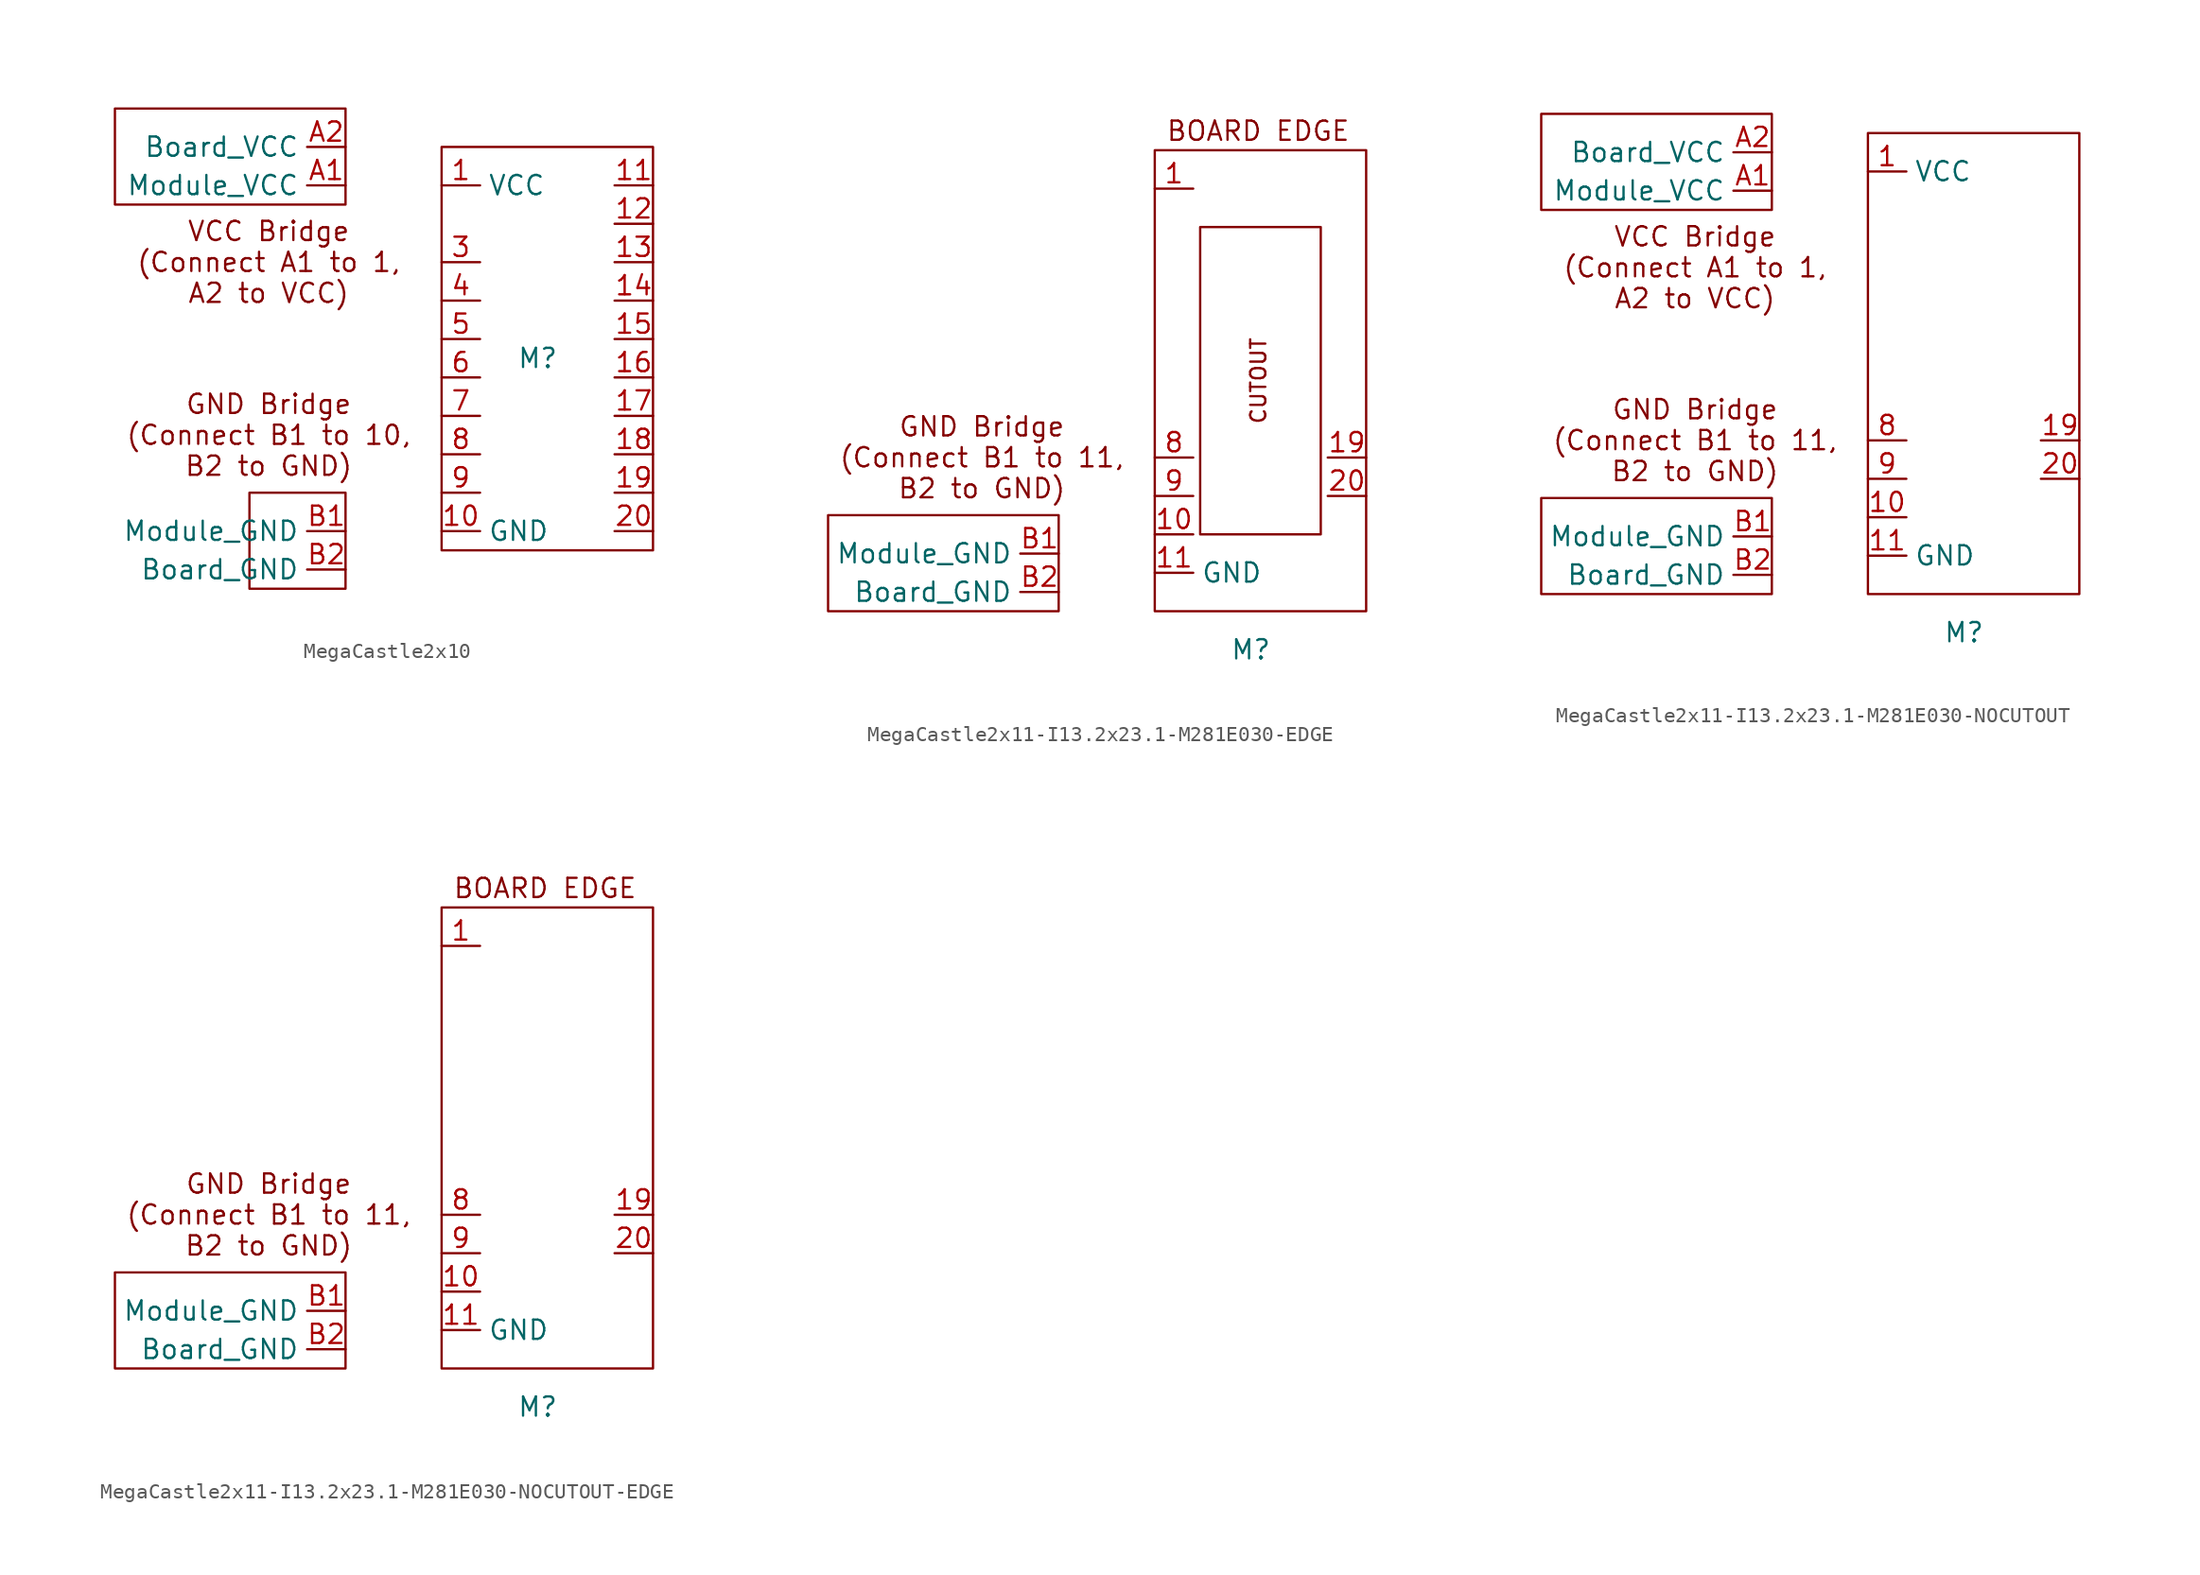
<source format=kicad_sym>
(kicad_symbol_lib
  (version 20231120)
  (generator "kicad_symbol_editor")
  (generator_version "8.0")
  (symbol "MegaCastle2x10"
    (property "Reference" "M"
      (at 0 0 0)
      (effects (font (size 1.27 1.27))))
    (property "Value" ""
      (at 0 5.08 0)
      (effects (font (size 1.27 1.27))))
    (symbol "MegaCastle2x10_0_1"
      (rectangle (start -27.94 16.51) (end -12.7 10.16) (stroke (width 0) (type default)) (fill (type none)))
      (rectangle (start -19.05 -8.89) (end -12.7 -15.24) (stroke (width 0) (type default)) (fill (type none)))
      (rectangle (start -6.35 13.97) (end 7.62 -12.7) (stroke (width 0) (type default)) (fill (type none))))
    (symbol "MegaCastle2x10_1_1"
      (text "GND Bridge\n(Connect B1 to 10,\nB2 to GND)" (at -17.78 -5.08 0) (effects (font (size 1.27 1.27))))
      (text "VCC Bridge\n(Connect A1 to 1,\nA2 to VCC)" (at -17.78 6.35 0) (effects (font (size 1.27 1.27))))
      (pin bidirectional line (at -6.35 11.43 0) (length 2.54) (name "VCC" (effects (font (size 1.27 1.27)))) (number "1" (effects (font (size 1.27 1.27)))))
      (pin bidirectional line (at -6.35 -11.43 0) (length 2.54) (name "GND" (effects (font (size 1.27 1.27)))) (number "10" (effects (font (size 1.27 1.27)))))
      (pin bidirectional line (at 7.62 11.43 180) (length 2.54) (name "" (effects (font (size 1.27 1.27)))) (number "11" (effects (font (size 1.27 1.27)))))
      (pin bidirectional line (at 7.62 8.89 180) (length 2.54) (name "" (effects (font (size 1.27 1.27)))) (number "12" (effects (font (size 1.27 1.27)))))
      (pin bidirectional line (at 7.62 6.35 180) (length 2.54) (name "" (effects (font (size 1.27 1.27)))) (number "13" (effects (font (size 1.27 1.27)))))
      (pin bidirectional line (at 7.62 3.81 180) (length 2.54) (name "" (effects (font (size 1.27 1.27)))) (number "14" (effects (font (size 1.27 1.27)))))
      (pin bidirectional line (at 7.62 1.27 180) (length 2.54) (name "" (effects (font (size 1.27 1.27)))) (number "15" (effects (font (size 1.27 1.27)))))
      (pin bidirectional line (at 7.62 -1.27 180) (length 2.54) (name "" (effects (font (size 1.27 1.27)))) (number "16" (effects (font (size 1.27 1.27)))))
      (pin bidirectional line (at 7.62 -3.81 180) (length 2.54) (name "" (effects (font (size 1.27 1.27)))) (number "17" (effects (font (size 1.27 1.27)))))
      (pin bidirectional line (at 7.62 -6.35 180) (length 2.54) (name "" (effects (font (size 1.27 1.27)))) (number "18" (effects (font (size 1.27 1.27)))))
      (pin bidirectional line (at 7.62 -8.89 180) (length 2.54) (name "" (effects (font (size 1.27 1.27)))) (number "19" (effects (font (size 1.27 1.27)))))
      (pin bidirectional line (at 7.62 -11.43 180) (length 2.54) (name "" (effects (font (size 1.27 1.27)))) (number "20" (effects (font (size 1.27 1.27)))))
      (pin bidirectional line (at -6.35 6.35 0) (length 2.54) (name "" (effects (font (size 1.27 1.27)))) (number "3" (effects (font (size 1.27 1.27)))))
      (pin bidirectional line (at -6.35 3.81 0) (length 2.54) (name "" (effects (font (size 1.27 1.27)))) (number "4" (effects (font (size 1.27 1.27)))))
      (pin bidirectional line (at -6.35 1.27 0) (length 2.54) (name "" (effects (font (size 1.27 1.27)))) (number "5" (effects (font (size 1.27 1.27)))))
      (pin bidirectional line (at -6.35 -1.27 0) (length 2.54) (name "" (effects (font (size 1.27 1.27)))) (number "6" (effects (font (size 1.27 1.27)))))
      (pin bidirectional line (at -6.35 -3.81 0) (length 2.54) (name "" (effects (font (size 1.27 1.27)))) (number "7" (effects (font (size 1.27 1.27)))))
      (pin bidirectional line (at -6.35 -6.35 0) (length 2.54) (name "" (effects (font (size 1.27 1.27)))) (number "8" (effects (font (size 1.27 1.27)))))
      (pin bidirectional line (at -6.35 -8.89 0) (length 2.54) (name "" (effects (font (size 1.27 1.27)))) (number "9" (effects (font (size 1.27 1.27)))))
      (pin bidirectional line (at -12.7 11.43 180) (length 2.54) (name "Module_VCC" (effects (font (size 1.27 1.27)))) (number "A1" (effects (font (size 1.27 1.27)))))
      (pin bidirectional line (at -12.7 13.97 180) (length 2.54) (name "Board_VCC" (effects (font (size 1.27 1.27)))) (number "A2" (effects (font (size 1.27 1.27)))))
      (pin bidirectional line (at -12.7 -11.43 180) (length 2.54) (name "Module_GND" (effects (font (size 1.27 1.27)))) (number "B1" (effects (font (size 1.27 1.27)))))
      (pin bidirectional line (at -12.7 -13.97 180) (length 2.54) (name "Board_GND" (effects (font (size 1.27 1.27)))) (number "B2" (effects (font (size 1.27 1.27)))))))
  (symbol "MegaCastle2x11-I13.2x23.1-M281E030-EDGE"
    (property "Reference" "M"
      (at 0 -17.78 0)
      (effects (font (size 1.27 1.27))))
    (property "Value" ""
      (at 0 5.08 0)
      (effects (font (size 1.27 1.27))))
    (symbol "MegaCastle2x11-I13.2x23.1-M281E030-EDGE_0_1"
      (rectangle (start -27.94 -8.89) (end -12.7 -15.24) (stroke (width 0) (type default)) (fill (type none)))
      (rectangle (start -6.35 15.24) (end 7.62 -15.24) (stroke (width 0) (type default)) (fill (type none)))
      (rectangle (start -3.35 10.16) (end 4.62 -10.16) (stroke (width 0) (type default)) (fill (type none))))
    (symbol "MegaCastle2x11-I13.2x23.1-M281E030-EDGE_1_1"
      (text " BOARD EDGE" (at 0 16.51 0) (effects (font (size 1.27 1.27))))
      (text "CUTOUT" (at 0.5 0 900) (effects (font (size 1 1))))
      (text "GND Bridge\n(Connect B1 to 11,\nB2 to GND)" (at -17.78 -5.08 0) (effects (font (size 1.27 1.27))))
      (pin bidirectional line (at -6.35 12.7 0) (length 2.54) (name "" (effects (font (size 1.27 1.27)))) (number "1" (effects (font (size 1.27 1.27)))))
      (pin bidirectional line (at -6.35 -10.16 0) (length 2.54) (name "" (effects (font (size 1.27 1.27)))) (number "10" (effects (font (size 1.27 1.27)))))
      (pin bidirectional line (at -6.35 -12.7 0) (length 2.54) (name "GND" (effects (font (size 1.27 1.27)))) (number "11" (effects (font (size 1.27 1.27)))))
      (pin bidirectional line (at 7.62 -5.08 180) (length 2.54) (name "" (effects (font (size 1.27 1.27)))) (number "19" (effects (font (size 1.27 1.27)))))
      (pin bidirectional line (at 7.62 -7.62 180) (length 2.54) (name "" (effects (font (size 1.27 1.27)))) (number "20" (effects (font (size 1.27 1.27)))))
      (pin bidirectional line (at -6.35 -5.08 0) (length 2.54) (name "" (effects (font (size 1.27 1.27)))) (number "8" (effects (font (size 1.27 1.27)))))
      (pin bidirectional line (at -6.35 -7.62 0) (length 2.54) (name "" (effects (font (size 1.27 1.27)))) (number "9" (effects (font (size 1.27 1.27)))))
      (pin bidirectional line (at -12.7 -11.43 180) (length 2.54) (name "Module_GND" (effects (font (size 1.27 1.27)))) (number "B1" (effects (font (size 1.27 1.27)))))
      (pin bidirectional line (at -12.7 -13.97 180) (length 2.54) (name "Board_GND" (effects (font (size 1.27 1.27)))) (number "B2" (effects (font (size 1.27 1.27)))))))
  (symbol "MegaCastle2x11-I13.2x23.1-M281E030-NOCUTOUT"
    (property "Reference" "M"
      (at 0 -17.78 0)
      (effects (font (size 1.27 1.27))))
    (property "Value" ""
      (at 0 5.08 0)
      (effects (font (size 1.27 1.27))))
    (symbol "MegaCastle2x11-I13.2x23.1-M281E030-NOCUTOUT_0_1"
      (rectangle (start -27.94 -8.89) (end -12.7 -15.24) (stroke (width 0) (type default)) (fill (type none)))
      (rectangle (start -27.94 16.51) (end -12.7 10.16) (stroke (width 0) (type default)) (fill (type none)))
      (rectangle (start -6.35 15.24) (end 7.62 -15.24) (stroke (width 0) (type default)) (fill (type none))))
    (symbol "MegaCastle2x11-I13.2x23.1-M281E030-NOCUTOUT_1_1"
      (text "GND Bridge\n(Connect B1 to 11,\nB2 to GND)" (at -17.78 -5.08 0) (effects (font (size 1.27 1.27))))
      (text "VCC Bridge\n(Connect A1 to 1,\nA2 to VCC)" (at -17.78 6.35 0) (effects (font (size 1.27 1.27))))
      (pin bidirectional line (at -6.35 12.7 0) (length 2.54) (name "VCC" (effects (font (size 1.27 1.27)))) (number "1" (effects (font (size 1.27 1.27)))))
      (pin bidirectional line (at -6.35 -10.16 0) (length 2.54) (name "" (effects (font (size 1.27 1.27)))) (number "10" (effects (font (size 1.27 1.27)))))
      (pin bidirectional line (at -6.35 -12.7 0) (length 2.54) (name "GND" (effects (font (size 1.27 1.27)))) (number "11" (effects (font (size 1.27 1.27)))))
      (pin bidirectional line (at 7.62 -5.08 180) (length 2.54) (name "" (effects (font (size 1.27 1.27)))) (number "19" (effects (font (size 1.27 1.27)))))
      (pin bidirectional line (at 7.62 -7.62 180) (length 2.54) (name "" (effects (font (size 1.27 1.27)))) (number "20" (effects (font (size 1.27 1.27)))))
      (pin bidirectional line (at -6.35 -5.08 0) (length 2.54) (name "" (effects (font (size 1.27 1.27)))) (number "8" (effects (font (size 1.27 1.27)))))
      (pin bidirectional line (at -6.35 -7.62 0) (length 2.54) (name "" (effects (font (size 1.27 1.27)))) (number "9" (effects (font (size 1.27 1.27)))))
      (pin bidirectional line (at -12.7 11.43 180) (length 2.54) (name "Module_VCC" (effects (font (size 1.27 1.27)))) (number "A1" (effects (font (size 1.27 1.27)))))
      (pin bidirectional line (at -12.7 13.97 180) (length 2.54) (name "Board_VCC" (effects (font (size 1.27 1.27)))) (number "A2" (effects (font (size 1.27 1.27)))))
      (pin bidirectional line (at -12.7 -11.43 180) (length 2.54) (name "Module_GND" (effects (font (size 1.27 1.27)))) (number "B1" (effects (font (size 1.27 1.27)))))
      (pin bidirectional line (at -12.7 -13.97 180) (length 2.54) (name "Board_GND" (effects (font (size 1.27 1.27)))) (number "B2" (effects (font (size 1.27 1.27)))))))
  (symbol "MegaCastle2x11-I13.2x23.1-M281E030-NOCUTOUT-EDGE"
    (property "Reference" "M"
      (at 0 -17.78 0)
      (effects (font (size 1.27 1.27))))
    (property "Value" ""
      (at 0 5.08 0)
      (effects (font (size 1.27 1.27))))
    (symbol "MegaCastle2x11-I13.2x23.1-M281E030-NOCUTOUT-EDGE_0_1"
      (rectangle (start -27.94 -8.89) (end -12.7 -15.24) (stroke (width 0) (type default)) (fill (type none)))
      (rectangle (start -6.35 15.24) (end 7.62 -15.24) (stroke (width 0) (type default)) (fill (type none))))
    (symbol "MegaCastle2x11-I13.2x23.1-M281E030-NOCUTOUT-EDGE_1_1"
      (text " BOARD EDGE" (at 0 16.51 0) (effects (font (size 1.27 1.27))))
      (text "GND Bridge\n(Connect B1 to 11,\nB2 to GND)" (at -17.78 -5.08 0) (effects (font (size 1.27 1.27))))
      (pin bidirectional line (at -6.35 12.7 0) (length 2.54) (name "" (effects (font (size 1.27 1.27)))) (number "1" (effects (font (size 1.27 1.27)))))
      (pin bidirectional line (at -6.35 -10.16 0) (length 2.54) (name "" (effects (font (size 1.27 1.27)))) (number "10" (effects (font (size 1.27 1.27)))))
      (pin bidirectional line (at -6.35 -12.7 0) (length 2.54) (name "GND" (effects (font (size 1.27 1.27)))) (number "11" (effects (font (size 1.27 1.27)))))
      (pin bidirectional line (at 7.62 -5.08 180) (length 2.54) (name "" (effects (font (size 1.27 1.27)))) (number "19" (effects (font (size 1.27 1.27)))))
      (pin bidirectional line (at 7.62 -7.62 180) (length 2.54) (name "" (effects (font (size 1.27 1.27)))) (number "20" (effects (font (size 1.27 1.27)))))
      (pin bidirectional line (at -6.35 -5.08 0) (length 2.54) (name "" (effects (font (size 1.27 1.27)))) (number "8" (effects (font (size 1.27 1.27)))))
      (pin bidirectional line (at -6.35 -7.62 0) (length 2.54) (name "" (effects (font (size 1.27 1.27)))) (number "9" (effects (font (size 1.27 1.27)))))
      (pin bidirectional line (at -12.7 -11.43 180) (length 2.54) (name "Module_GND" (effects (font (size 1.27 1.27)))) (number "B1" (effects (font (size 1.27 1.27)))))
      (pin bidirectional line (at -12.7 -13.97 180) (length 2.54) (name "Board_GND" (effects (font (size 1.27 1.27)))) (number "B2" (effects (font (size 1.27 1.27))))))))
</source>
